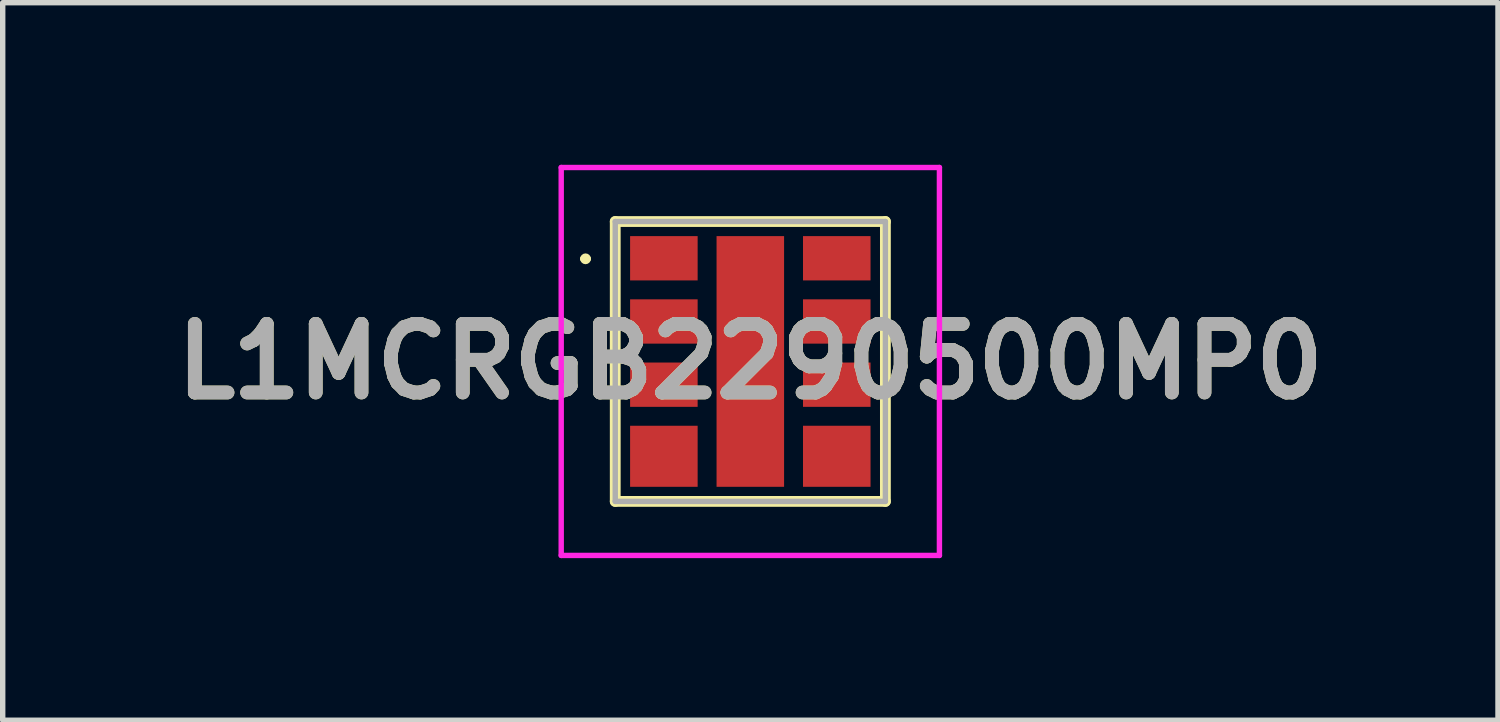
<source format=kicad_pcb>
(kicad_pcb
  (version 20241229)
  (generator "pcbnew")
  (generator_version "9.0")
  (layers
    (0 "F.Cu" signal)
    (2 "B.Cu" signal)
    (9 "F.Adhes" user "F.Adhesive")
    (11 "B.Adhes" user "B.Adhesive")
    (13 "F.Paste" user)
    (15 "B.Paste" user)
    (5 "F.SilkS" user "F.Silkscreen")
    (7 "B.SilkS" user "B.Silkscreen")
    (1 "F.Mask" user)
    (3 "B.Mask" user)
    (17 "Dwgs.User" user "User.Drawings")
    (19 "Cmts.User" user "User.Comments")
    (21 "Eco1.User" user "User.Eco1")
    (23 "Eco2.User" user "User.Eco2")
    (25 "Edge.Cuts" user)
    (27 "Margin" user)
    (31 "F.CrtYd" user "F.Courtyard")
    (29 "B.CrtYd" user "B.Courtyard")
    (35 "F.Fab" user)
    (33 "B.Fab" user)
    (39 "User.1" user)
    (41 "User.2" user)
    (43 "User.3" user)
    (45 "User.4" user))
  (footprint "L1MCRGB2290500MP0"
    (layer "F.Cu")
    (at 10.837 3.64)
    (property "Reference" "L1MCRGB2290500MP0" (at 0 0 0) (layer "F.SilkS") (effects (font (size 1.27 1.27) (thickness 0.254))))
    (attr smd)
    (fp_line (start -3.1 -1.9) (end -3.1 -1.9) (stroke (width 0.1) (type solid)) (layer "F.SilkS"))
    (fp_line (start -3 -1.9) (end -3 -1.9) (stroke (width 0.1) (type solid)) (layer "F.SilkS"))
    (fp_line (start -2.5 -2.59) (end 2.5 -2.59) (stroke (width 0.2) (type solid)) (layer "F.SilkS"))
    (fp_line (start -2.5 2.59) (end -2.5 -2.59) (stroke (width 0.2) (type solid)) (layer "F.SilkS"))
    (fp_line (start 2.5 -2.59) (end 2.5 2.59) (stroke (width 0.2) (type solid)) (layer "F.SilkS"))
    (fp_line (start 2.5 2.59) (end -2.5 2.59) (stroke (width 0.2) (type solid)) (layer "F.SilkS"))
    (fp_arc (start -3.1 -1.9) (mid -3.05 -1.95) (end -3 -1.9) (stroke (width 0.1) (type solid)) (layer "F.SilkS"))
    (fp_arc (start -3 -1.9) (mid -3.05 -1.85) (end -3.1 -1.9) (stroke (width 0.1) (type solid)) (layer "F.SilkS"))
    (fp_line (start -3.5 -3.59) (end 3.5 -3.59) (stroke (width 0.1) (type solid)) (layer "F.CrtYd"))
    (fp_line (start -3.5 3.59) (end -3.5 -3.59) (stroke (width 0.1) (type solid)) (layer "F.CrtYd"))
    (fp_line (start 3.5 -3.59) (end 3.5 3.59) (stroke (width 0.1) (type solid)) (layer "F.CrtYd"))
    (fp_line (start 3.5 3.59) (end -3.5 3.59) (stroke (width 0.1) (type solid)) (layer "F.CrtYd"))
    (fp_line (start -2.5 -2.59) (end -2.5 2.59) (stroke (width 0.1) (type solid)) (layer "F.Fab"))
    (fp_line (start -2.5 2.59) (end 2.5 2.59) (stroke (width 0.1) (type solid)) (layer "F.Fab"))
    (fp_line (start 2.5 -2.59) (end -2.5 -2.59) (stroke (width 0.1) (type solid)) (layer "F.Fab"))
    (fp_line (start 2.5 2.59) (end 2.5 -2.59) (stroke (width 0.1) (type solid)) (layer "F.Fab"))
    (fp_text user "${REFERENCE}" (at 0 0 0) (layer "F.Fab") (effects (font (size 1.27 1.27) (thickness 0.254))))
    (pad "1" smd rect (at -1.6 -1.91 90) (size 0.82 1.25) (layers "F.Cu" "F.Mask" "F.Paste"))
    (pad "2" smd rect (at 1.6 -1.91 90) (size 0.82 1.25) (layers "F.Cu" "F.Mask" "F.Paste"))
    (pad "3" smd rect (at -1.6 -0.74 90) (size 0.82 1.25) (layers "F.Cu" "F.Mask" "F.Paste"))
    (pad "4" smd rect (at 1.6 -0.74 90) (size 0.82 1.25) (layers "F.Cu" "F.Mask" "F.Paste"))
    (pad "5" smd rect (at -1.6 0.43 90) (size 0.82 1.25) (layers "F.Cu" "F.Mask" "F.Paste"))
    (pad "6" smd rect (at 1.6 0.43 90) (size 0.82 1.25) (layers "F.Cu" "F.Mask" "F.Paste"))
    (pad "7" smd rect (at -1.6 1.755 90) (size 1.13 1.25) (layers "F.Cu" "F.Mask" "F.Paste"))
    (pad "8" smd rect (at 1.6 1.755 90) (size 1.13 1.25) (layers "F.Cu" "F.Mask" "F.Paste"))
    (pad "9" smd rect (at 0 0) (size 1.25 4.64) (layers "F.Cu" "F.Mask" "F.Paste")))
  (gr_rect
    (start -3 -3)
    (end 24.675 10.28)
    (stroke (width 0.1) (type default))
    (fill no)
    (layer "Edge.Cuts")))
</source>
